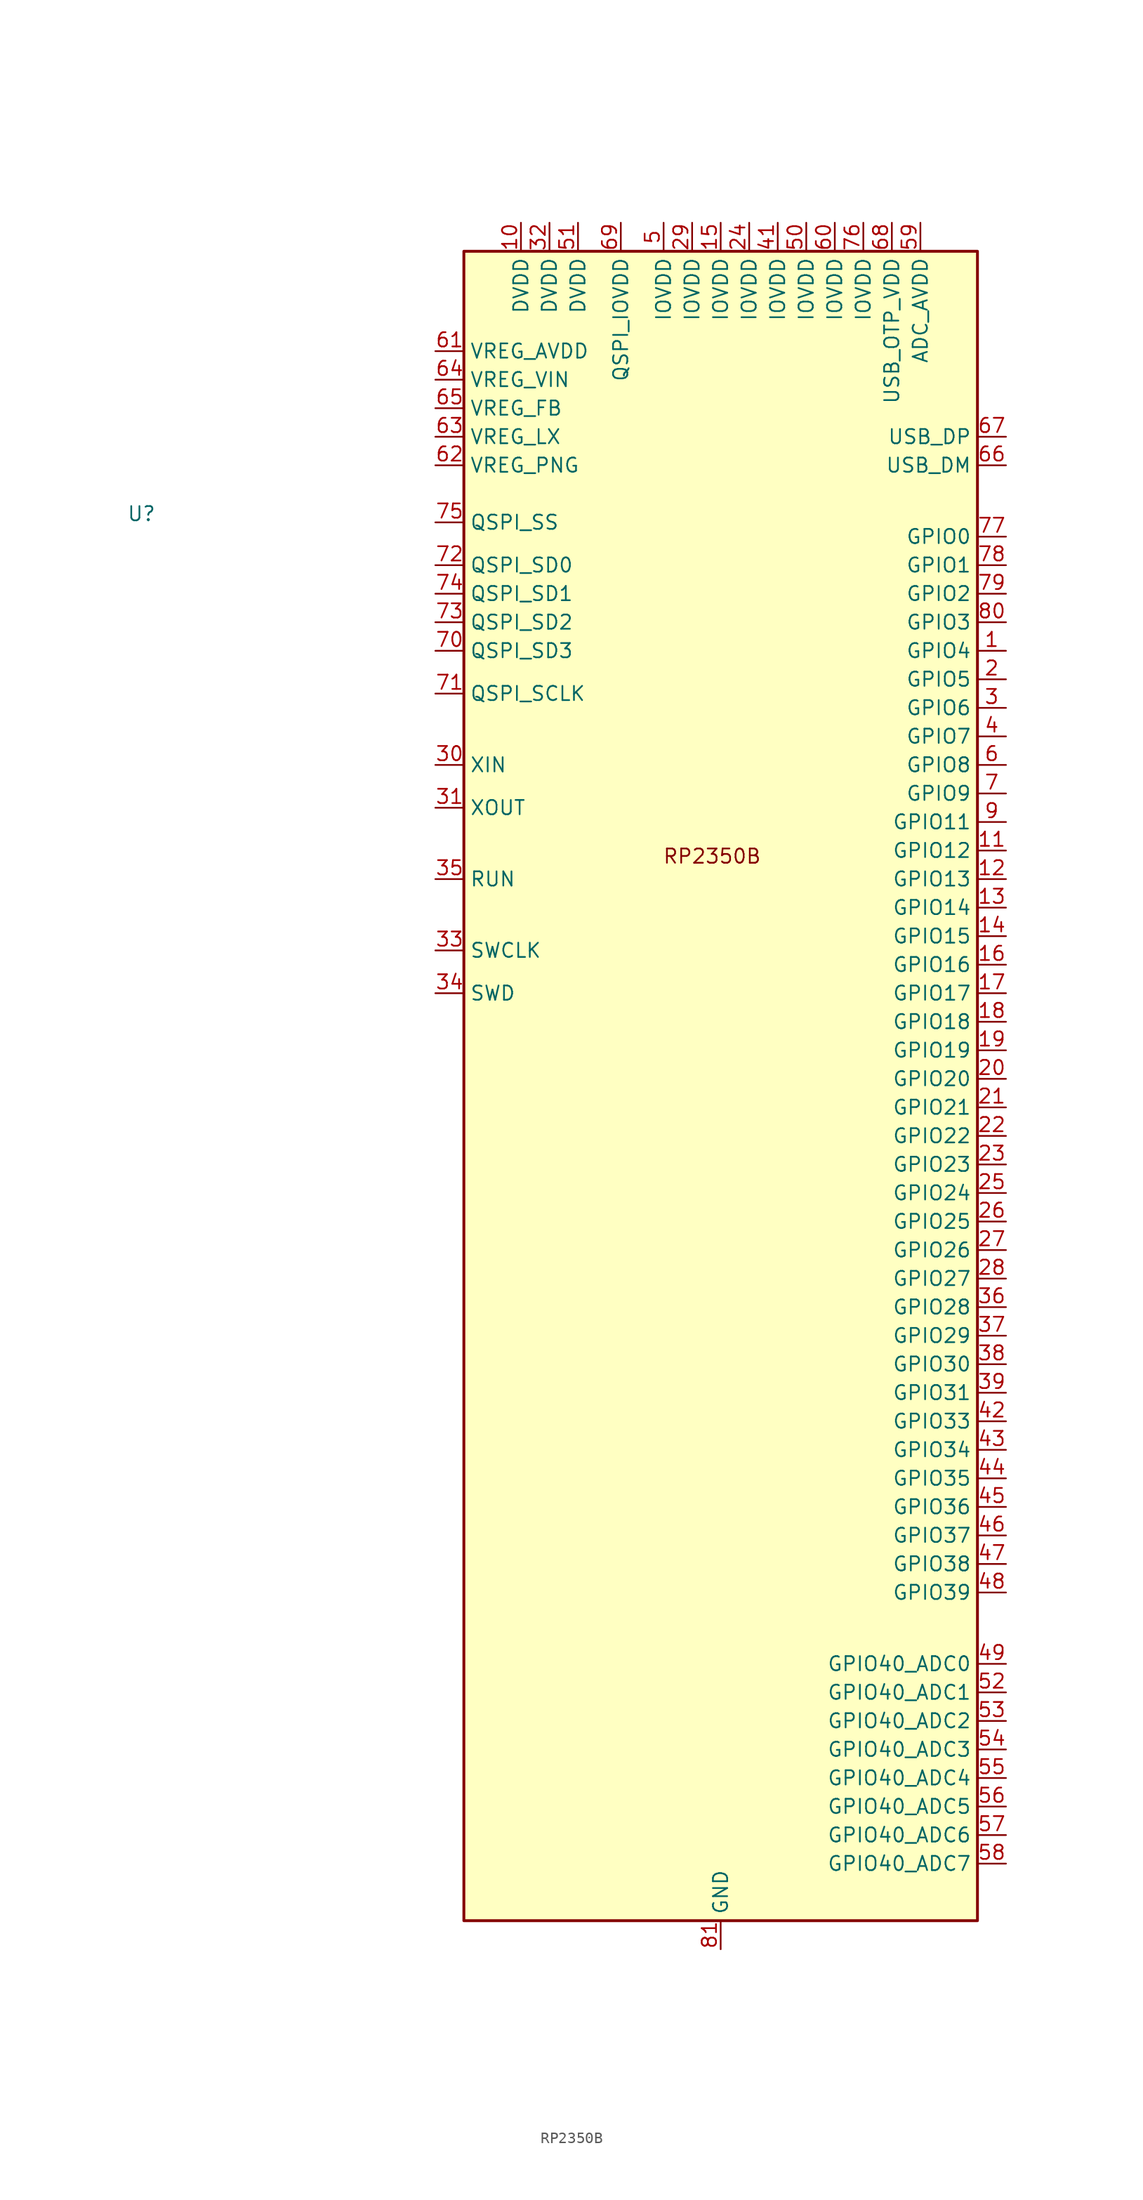
<source format=kicad_sym>
(kicad_symbol_lib
  (version 20241209)
  (generator "kicad_symbol_editor")
  (generator_version "9.0")
  (symbol "RP2350B"
    (property "Reference" "U"
      (at -51.562 31.242 0)
      (effects (font (size 1.27 1.27))))
    (property "Value" ""
      (at 0 0 0)
      (effects (font (size 1.27 1.27))))
    (symbol "RP2350B_1_1"
      (rectangle (start -22.86 54.61) (end 22.86 -93.98) (stroke (width 0.254) (type solid)) (fill (type background)))
      (text "RP2350B" (at -0.762 0.762 0) (effects (font (size 1.27 1.27))))
      (pin input line (at -25.4 45.72 0) (length 2.54) (name "VREG_AVDD" (effects (font (size 1.27 1.27)))) (number "61" (effects (font (size 1.27 1.27)))))
      (pin input line (at -25.4 43.18 0) (length 2.54) (name "VREG_VIN" (effects (font (size 1.27 1.27)))) (number "64" (effects (font (size 1.27 1.27)))))
      (pin input line (at -25.4 40.64 0) (length 2.54) (name "VREG_FB" (effects (font (size 1.27 1.27)))) (number "65" (effects (font (size 1.27 1.27)))))
      (pin input line (at -25.4 38.1 0) (length 2.54) (name "VREG_LX" (effects (font (size 1.27 1.27)))) (number "63" (effects (font (size 1.27 1.27)))))
      (pin input line (at -25.4 35.56 0) (length 2.54) (name "VREG_PNG" (effects (font (size 1.27 1.27)))) (number "62" (effects (font (size 1.27 1.27)))))
      (pin input line (at -25.4 30.48 0) (length 2.54) (name "QSPI_SS" (effects (font (size 1.27 1.27)))) (number "75" (effects (font (size 1.27 1.27)))))
      (pin input line (at -25.4 26.67 0) (length 2.54) (name "QSPI_SD0" (effects (font (size 1.27 1.27)))) (number "72" (effects (font (size 1.27 1.27)))))
      (pin input line (at -25.4 24.13 0) (length 2.54) (name "QSPI_SD1" (effects (font (size 1.27 1.27)))) (number "74" (effects (font (size 1.27 1.27)))))
      (pin input line (at -25.4 21.59 0) (length 2.54) (name "QSPI_SD2" (effects (font (size 1.27 1.27)))) (number "73" (effects (font (size 1.27 1.27)))))
      (pin input line (at -25.4 19.05 0) (length 2.54) (name "QSPI_SD3" (effects (font (size 1.27 1.27)))) (number "70" (effects (font (size 1.27 1.27)))))
      (pin input line (at -25.4 15.24 0) (length 2.54) (name "QSPI_SCLK" (effects (font (size 1.27 1.27)))) (number "71" (effects (font (size 1.27 1.27)))))
      (pin input line (at -25.4 8.89 0) (length 2.54) (name "XIN" (effects (font (size 1.27 1.27)))) (number "30" (effects (font (size 1.27 1.27)))))
      (pin input line (at -25.4 5.08 0) (length 2.54) (name "XOUT" (effects (font (size 1.27 1.27)))) (number "31" (effects (font (size 1.27 1.27)))))
      (pin input line (at -25.4 -1.27 0) (length 2.54) (name "RUN" (effects (font (size 1.27 1.27)))) (number "35" (effects (font (size 1.27 1.27)))))
      (pin input line (at -25.4 -7.62 0) (length 2.54) (name "SWCLK" (effects (font (size 1.27 1.27)))) (number "33" (effects (font (size 1.27 1.27)))))
      (pin input line (at -25.4 -11.43 0) (length 2.54) (name "SWD" (effects (font (size 1.27 1.27)))) (number "34" (effects (font (size 1.27 1.27)))))
      (pin input line (at -17.78 57.15 270) (length 2.54) (name "DVDD" (effects (font (size 1.27 1.27)))) (number "10" (effects (font (size 1.27 1.27)))))
      (pin input line (at -15.24 57.15 270) (length 2.54) (name "DVDD" (effects (font (size 1.27 1.27)))) (number "32" (effects (font (size 1.27 1.27)))))
      (pin input line (at -12.7 57.15 270) (length 2.54) (name "DVDD" (effects (font (size 1.27 1.27)))) (number "51" (effects (font (size 1.27 1.27)))))
      (pin input line (at -8.89 57.15 270) (length 2.54) (name "QSPI_IOVDD" (effects (font (size 1.27 1.27)))) (number "69" (effects (font (size 1.27 1.27)))))
      (pin input line (at -5.08 57.15 270) (length 2.54) (name "IOVDD" (effects (font (size 1.27 1.27)))) (number "5" (effects (font (size 1.27 1.27)))))
      (pin input line (at -2.54 57.15 270) (length 2.54) (name "IOVDD" (effects (font (size 1.27 1.27)))) (number "29" (effects (font (size 1.27 1.27)))))
      (pin input line (at 0 57.15 270) (length 2.54) (name "IOVDD" (effects (font (size 1.27 1.27)))) (number "15" (effects (font (size 1.27 1.27)))))
      (pin input line (at 0 -96.52 90) (length 2.54) (name "GND" (effects (font (size 1.27 1.27)))) (number "81" (effects (font (size 1.27 1.27)))))
      (pin input line (at 2.54 57.15 270) (length 2.54) (name "IOVDD" (effects (font (size 1.27 1.27)))) (number "24" (effects (font (size 1.27 1.27)))))
      (pin input line (at 5.08 57.15 270) (length 2.54) (name "IOVDD" (effects (font (size 1.27 1.27)))) (number "41" (effects (font (size 1.27 1.27)))))
      (pin input line (at 7.62 57.15 270) (length 2.54) (name "IOVDD" (effects (font (size 1.27 1.27)))) (number "50" (effects (font (size 1.27 1.27)))))
      (pin input line (at 10.16 57.15 270) (length 2.54) (name "IOVDD" (effects (font (size 1.27 1.27)))) (number "60" (effects (font (size 1.27 1.27)))))
      (pin input line (at 12.7 57.15 270) (length 2.54) (name "IOVDD" (effects (font (size 1.27 1.27)))) (number "76" (effects (font (size 1.27 1.27)))))
      (pin input line (at 15.24 57.15 270) (length 2.54) (name "USB_OTP_VDD" (effects (font (size 1.27 1.27)))) (number "68" (effects (font (size 1.27 1.27)))))
      (pin input line (at 17.78 57.15 270) (length 2.54) (name "ADC_AVDD" (effects (font (size 1.27 1.27)))) (number "59" (effects (font (size 1.27 1.27)))))
      (pin input line (at 25.4 38.1 180) (length 2.54) (name "USB_DP" (effects (font (size 1.27 1.27)))) (number "67" (effects (font (size 1.27 1.27)))))
      (pin input line (at 25.4 35.56 180) (length 2.54) (name "USB_DM" (effects (font (size 1.27 1.27)))) (number "66" (effects (font (size 1.27 1.27)))))
      (pin input line (at 25.4 29.21 180) (length 2.54) (name "GPIO0" (effects (font (size 1.27 1.27)))) (number "77" (effects (font (size 1.27 1.27)))))
      (pin input line (at 25.4 26.67 180) (length 2.54) (name "GPIO1" (effects (font (size 1.27 1.27)))) (number "78" (effects (font (size 1.27 1.27)))))
      (pin input line (at 25.4 24.13 180) (length 2.54) (name "GPIO2" (effects (font (size 1.27 1.27)))) (number "79" (effects (font (size 1.27 1.27)))))
      (pin input line (at 25.4 21.59 180) (length 2.54) (name "GPIO3" (effects (font (size 1.27 1.27)))) (number "80" (effects (font (size 1.27 1.27)))))
      (pin input line (at 25.4 19.05 180) (length 2.54) (name "GPIO4" (effects (font (size 1.27 1.27)))) (number "1" (effects (font (size 1.27 1.27)))))
      (pin input line (at 25.4 16.51 180) (length 2.54) (name "GPIO5" (effects (font (size 1.27 1.27)))) (number "2" (effects (font (size 1.27 1.27)))))
      (pin input line (at 25.4 13.97 180) (length 2.54) (name "GPIO6" (effects (font (size 1.27 1.27)))) (number "3" (effects (font (size 1.27 1.27)))))
      (pin input line (at 25.4 11.43 180) (length 2.54) (name "GPIO7" (effects (font (size 1.27 1.27)))) (number "4" (effects (font (size 1.27 1.27)))))
      (pin input line (at 25.4 8.89 180) (length 2.54) (name "GPIO8" (effects (font (size 1.27 1.27)))) (number "6" (effects (font (size 1.27 1.27)))))
      (pin input line (at 25.4 6.35 180) (length 2.54) (name "GPIO9" (effects (font (size 1.27 1.27)))) (number "7" (effects (font (size 1.27 1.27)))))
      (pin input line (at 25.4 3.81 180) (length 2.54) (name "GPIO11" (effects (font (size 1.27 1.27)))) (number "9" (effects (font (size 1.27 1.27)))))
      (pin input line (at 25.4 1.27 180) (length 2.54) (name "GPIO12" (effects (font (size 1.27 1.27)))) (number "11" (effects (font (size 1.27 1.27)))))
      (pin input line (at 25.4 -1.27 180) (length 2.54) (name "GPIO13" (effects (font (size 1.27 1.27)))) (number "12" (effects (font (size 1.27 1.27)))))
      (pin input line (at 25.4 -3.81 180) (length 2.54) (name "GPIO14" (effects (font (size 1.27 1.27)))) (number "13" (effects (font (size 1.27 1.27)))))
      (pin input line (at 25.4 -6.35 180) (length 2.54) (name "GPIO15" (effects (font (size 1.27 1.27)))) (number "14" (effects (font (size 1.27 1.27)))))
      (pin input line (at 25.4 -8.89 180) (length 2.54) (name "GPIO16" (effects (font (size 1.27 1.27)))) (number "16" (effects (font (size 1.27 1.27)))))
      (pin input line (at 25.4 -11.43 180) (length 2.54) (name "GPIO17" (effects (font (size 1.27 1.27)))) (number "17" (effects (font (size 1.27 1.27)))))
      (pin input line (at 25.4 -13.97 180) (length 2.54) (name "GPIO18" (effects (font (size 1.27 1.27)))) (number "18" (effects (font (size 1.27 1.27)))))
      (pin input line (at 25.4 -16.51 180) (length 2.54) (name "GPIO19" (effects (font (size 1.27 1.27)))) (number "19" (effects (font (size 1.27 1.27)))))
      (pin input line (at 25.4 -19.05 180) (length 2.54) (name "GPIO20" (effects (font (size 1.27 1.27)))) (number "20" (effects (font (size 1.27 1.27)))))
      (pin input line (at 25.4 -21.59 180) (length 2.54) (name "GPIO21" (effects (font (size 1.27 1.27)))) (number "21" (effects (font (size 1.27 1.27)))))
      (pin input line (at 25.4 -24.13 180) (length 2.54) (name "GPIO22" (effects (font (size 1.27 1.27)))) (number "22" (effects (font (size 1.27 1.27)))))
      (pin input line (at 25.4 -26.67 180) (length 2.54) (name "GPIO23" (effects (font (size 1.27 1.27)))) (number "23" (effects (font (size 1.27 1.27)))))
      (pin input line (at 25.4 -29.21 180) (length 2.54) (name "GPIO24" (effects (font (size 1.27 1.27)))) (number "25" (effects (font (size 1.27 1.27)))))
      (pin input line (at 25.4 -31.75 180) (length 2.54) (name "GPIO25" (effects (font (size 1.27 1.27)))) (number "26" (effects (font (size 1.27 1.27)))))
      (pin input line (at 25.4 -34.29 180) (length 2.54) (name "GPIO26" (effects (font (size 1.27 1.27)))) (number "27" (effects (font (size 1.27 1.27)))))
      (pin input line (at 25.4 -36.83 180) (length 2.54) (name "GPIO27" (effects (font (size 1.27 1.27)))) (number "28" (effects (font (size 1.27 1.27)))))
      (pin input line (at 25.4 -39.37 180) (length 2.54) (name "GPIO28" (effects (font (size 1.27 1.27)))) (number "36" (effects (font (size 1.27 1.27)))))
      (pin input line (at 25.4 -41.91 180) (length 2.54) (name "GPIO29" (effects (font (size 1.27 1.27)))) (number "37" (effects (font (size 1.27 1.27)))))
      (pin input line (at 25.4 -44.45 180) (length 2.54) (name "GPIO30" (effects (font (size 1.27 1.27)))) (number "38" (effects (font (size 1.27 1.27)))))
      (pin input line (at 25.4 -46.99 180) (length 2.54) (name "GPIO31" (effects (font (size 1.27 1.27)))) (number "39" (effects (font (size 1.27 1.27)))))
      (pin input line (at 25.4 -49.53 180) (length 2.54) (name "GPIO33" (effects (font (size 1.27 1.27)))) (number "42" (effects (font (size 1.27 1.27)))))
      (pin input line (at 25.4 -52.07 180) (length 2.54) (name "GPIO34" (effects (font (size 1.27 1.27)))) (number "43" (effects (font (size 1.27 1.27)))))
      (pin input line (at 25.4 -54.61 180) (length 2.54) (name "GPIO35" (effects (font (size 1.27 1.27)))) (number "44" (effects (font (size 1.27 1.27)))))
      (pin input line (at 25.4 -57.15 180) (length 2.54) (name "GPIO36" (effects (font (size 1.27 1.27)))) (number "45" (effects (font (size 1.27 1.27)))))
      (pin input line (at 25.4 -59.69 180) (length 2.54) (name "GPIO37" (effects (font (size 1.27 1.27)))) (number "46" (effects (font (size 1.27 1.27)))))
      (pin input line (at 25.4 -62.23 180) (length 2.54) (name "GPIO38" (effects (font (size 1.27 1.27)))) (number "47" (effects (font (size 1.27 1.27)))))
      (pin input line (at 25.4 -64.77 180) (length 2.54) (name "GPIO39" (effects (font (size 1.27 1.27)))) (number "48" (effects (font (size 1.27 1.27)))))
      (pin input line (at 25.4 -71.12 180) (length 2.54) (name "GPIO40_ADC0" (effects (font (size 1.27 1.27)))) (number "49" (effects (font (size 1.27 1.27)))))
      (pin input line (at 25.4 -73.66 180) (length 2.54) (name "GPIO40_ADC1" (effects (font (size 1.27 1.27)))) (number "52" (effects (font (size 1.27 1.27)))))
      (pin input line (at 25.4 -76.2 180) (length 2.54) (name "GPIO40_ADC2" (effects (font (size 1.27 1.27)))) (number "53" (effects (font (size 1.27 1.27)))))
      (pin input line (at 25.4 -78.74 180) (length 2.54) (name "GPIO40_ADC3" (effects (font (size 1.27 1.27)))) (number "54" (effects (font (size 1.27 1.27)))))
      (pin input line (at 25.4 -81.28 180) (length 2.54) (name "GPIO40_ADC4" (effects (font (size 1.27 1.27)))) (number "55" (effects (font (size 1.27 1.27)))))
      (pin input line (at 25.4 -83.82 180) (length 2.54) (name "GPIO40_ADC5" (effects (font (size 1.27 1.27)))) (number "56" (effects (font (size 1.27 1.27)))))
      (pin input line (at 25.4 -86.36 180) (length 2.54) (name "GPIO40_ADC6" (effects (font (size 1.27 1.27)))) (number "57" (effects (font (size 1.27 1.27)))))
      (pin input line (at 25.4 -88.9 180) (length 2.54) (name "GPIO40_ADC7" (effects (font (size 1.27 1.27)))) (number "58" (effects (font (size 1.27 1.27))))))))
</source>
